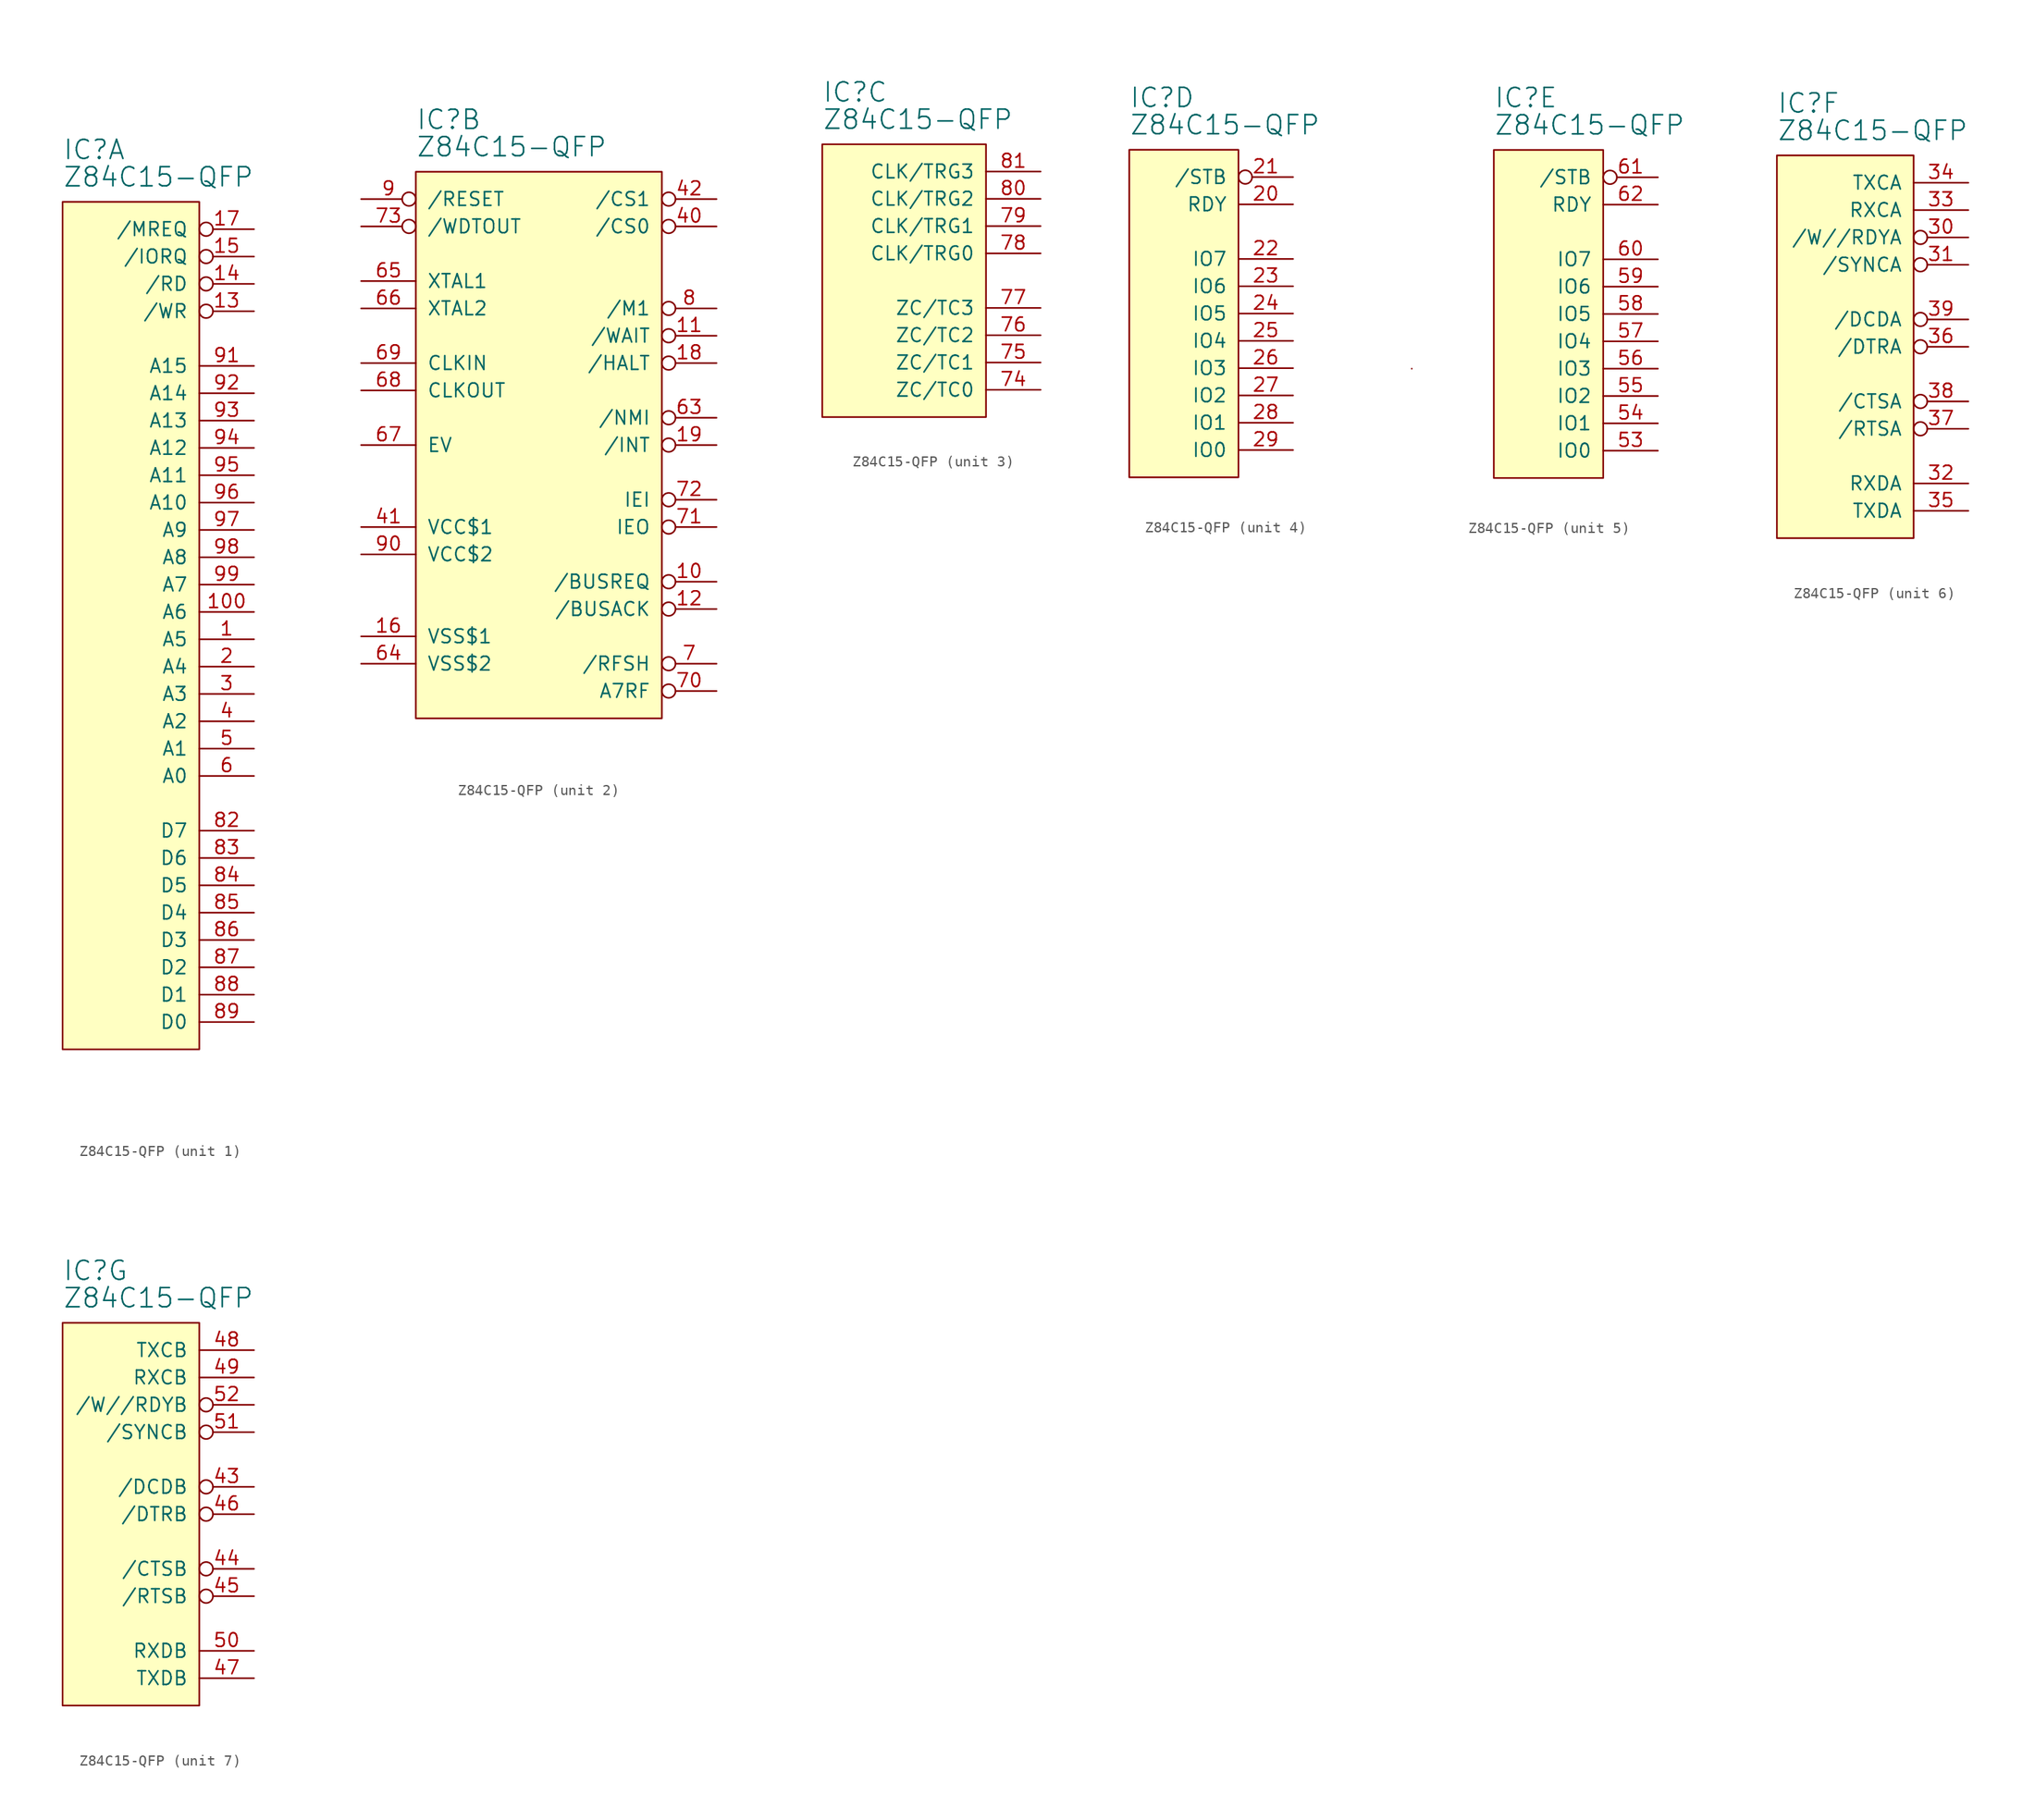
<source format=kicad_sym>
(kicad_symbol_lib
  (version 20211014)
  (generator kicad_symbol_editor)
  (symbol "Z84C15-QFP"
    (pin_names
      (offset 1.016))
    (property "Reference" "IC"
      (at 0 3.81 0)
      (effects (font (size 1.778 1.778)) (justify left bottom)))
    (property "Value" "Z84C15-QFP"
      (at 0 1.27 0)
      (effects (font (size 1.778 1.778)) (justify left bottom)))
    (property "ki_locked" ""
      (at 0 0 0)
      (effects (font (size 1.27 1.27))))
    (symbol "Z84C15-QFP_1_0"
      (rectangle (start 0 0) (end 12.7 -78.74) (stroke (width 0) (type default) (color 0 0 0 0)) (fill (type background)))
      (pin output line (at 17.78 -40.64 180) (length 5.08) (name "A5" (effects (font (size 1.27 1.27)))) (number "1" (effects (font (size 1.27 1.27)))))
      (pin output line (at 17.78 -38.1 180) (length 5.08) (name "A6" (effects (font (size 1.27 1.27)))) (number "100" (effects (font (size 1.27 1.27)))))
      (pin output inverted (at 17.78 -10.16 180) (length 5.08) (name "/WR" (effects (font (size 1.27 1.27)))) (number "13" (effects (font (size 1.27 1.27)))))
      (pin output inverted (at 17.78 -7.62 180) (length 5.08) (name "/RD" (effects (font (size 1.27 1.27)))) (number "14" (effects (font (size 1.27 1.27)))))
      (pin output inverted (at 17.78 -5.08 180) (length 5.08) (name "/IORQ" (effects (font (size 1.27 1.27)))) (number "15" (effects (font (size 1.27 1.27)))))
      (pin output inverted (at 17.78 -2.54 180) (length 5.08) (name "/MREQ" (effects (font (size 1.27 1.27)))) (number "17" (effects (font (size 1.27 1.27)))))
      (pin output line (at 17.78 -43.18 180) (length 5.08) (name "A4" (effects (font (size 1.27 1.27)))) (number "2" (effects (font (size 1.27 1.27)))))
      (pin output line (at 17.78 -45.72 180) (length 5.08) (name "A3" (effects (font (size 1.27 1.27)))) (number "3" (effects (font (size 1.27 1.27)))))
      (pin output line (at 17.78 -48.26 180) (length 5.08) (name "A2" (effects (font (size 1.27 1.27)))) (number "4" (effects (font (size 1.27 1.27)))))
      (pin output line (at 17.78 -50.8 180) (length 5.08) (name "A1" (effects (font (size 1.27 1.27)))) (number "5" (effects (font (size 1.27 1.27)))))
      (pin output line (at 17.78 -53.34 180) (length 5.08) (name "A0" (effects (font (size 1.27 1.27)))) (number "6" (effects (font (size 1.27 1.27)))))
      (pin bidirectional line (at 17.78 -58.42 180) (length 5.08) (name "D7" (effects (font (size 1.27 1.27)))) (number "82" (effects (font (size 1.27 1.27)))))
      (pin bidirectional line (at 17.78 -60.96 180) (length 5.08) (name "D6" (effects (font (size 1.27 1.27)))) (number "83" (effects (font (size 1.27 1.27)))))
      (pin bidirectional line (at 17.78 -63.5 180) (length 5.08) (name "D5" (effects (font (size 1.27 1.27)))) (number "84" (effects (font (size 1.27 1.27)))))
      (pin bidirectional line (at 17.78 -66.04 180) (length 5.08) (name "D4" (effects (font (size 1.27 1.27)))) (number "85" (effects (font (size 1.27 1.27)))))
      (pin bidirectional line (at 17.78 -68.58 180) (length 5.08) (name "D3" (effects (font (size 1.27 1.27)))) (number "86" (effects (font (size 1.27 1.27)))))
      (pin bidirectional line (at 17.78 -71.12 180) (length 5.08) (name "D2" (effects (font (size 1.27 1.27)))) (number "87" (effects (font (size 1.27 1.27)))))
      (pin bidirectional line (at 17.78 -73.66 180) (length 5.08) (name "D1" (effects (font (size 1.27 1.27)))) (number "88" (effects (font (size 1.27 1.27)))))
      (pin bidirectional line (at 17.78 -76.2 180) (length 5.08) (name "D0" (effects (font (size 1.27 1.27)))) (number "89" (effects (font (size 1.27 1.27)))))
      (pin output line (at 17.78 -15.24 180) (length 5.08) (name "A15" (effects (font (size 1.27 1.27)))) (number "91" (effects (font (size 1.27 1.27)))))
      (pin output line (at 17.78 -17.78 180) (length 5.08) (name "A14" (effects (font (size 1.27 1.27)))) (number "92" (effects (font (size 1.27 1.27)))))
      (pin output line (at 17.78 -20.32 180) (length 5.08) (name "A13" (effects (font (size 1.27 1.27)))) (number "93" (effects (font (size 1.27 1.27)))))
      (pin output line (at 17.78 -22.86 180) (length 5.08) (name "A12" (effects (font (size 1.27 1.27)))) (number "94" (effects (font (size 1.27 1.27)))))
      (pin output line (at 17.78 -25.4 180) (length 5.08) (name "A11" (effects (font (size 1.27 1.27)))) (number "95" (effects (font (size 1.27 1.27)))))
      (pin output line (at 17.78 -27.94 180) (length 5.08) (name "A10" (effects (font (size 1.27 1.27)))) (number "96" (effects (font (size 1.27 1.27)))))
      (pin output line (at 17.78 -30.48 180) (length 5.08) (name "A9" (effects (font (size 1.27 1.27)))) (number "97" (effects (font (size 1.27 1.27)))))
      (pin output line (at 17.78 -33.02 180) (length 5.08) (name "A8" (effects (font (size 1.27 1.27)))) (number "98" (effects (font (size 1.27 1.27)))))
      (pin output line (at 17.78 -35.56 180) (length 5.08) (name "A7" (effects (font (size 1.27 1.27)))) (number "99" (effects (font (size 1.27 1.27))))))
    (symbol "Z84C15-QFP_2_0"
      (rectangle (start 0 0) (end 22.86 -50.8) (stroke (width 0) (type default) (color 0 0 0 0)) (fill (type background)))
      (pin input inverted (at 27.94 -38.1 180) (length 5.08) (name "/BUSREQ" (effects (font (size 1.27 1.27)))) (number "10" (effects (font (size 1.27 1.27)))))
      (pin bidirectional inverted (at 27.94 -15.24 180) (length 5.08) (name "/WAIT" (effects (font (size 1.27 1.27)))) (number "11" (effects (font (size 1.27 1.27)))))
      (pin tri_state inverted (at 27.94 -40.64 180) (length 5.08) (name "/BUSACK" (effects (font (size 1.27 1.27)))) (number "12" (effects (font (size 1.27 1.27)))))
      (pin power_in line (at -5.08 -43.18 0) (length 5.08) (name "VSS$1" (effects (font (size 1.27 1.27)))) (number "16" (effects (font (size 1.27 1.27)))))
      (pin tri_state inverted (at 27.94 -17.78 180) (length 5.08) (name "/HALT" (effects (font (size 1.27 1.27)))) (number "18" (effects (font (size 1.27 1.27)))))
      (pin open_collector inverted (at 27.94 -25.4 180) (length 5.08) (name "/INT" (effects (font (size 1.27 1.27)))) (number "19" (effects (font (size 1.27 1.27)))))
      (pin output inverted (at 27.94 -5.08 180) (length 5.08) (name "/CS0" (effects (font (size 1.27 1.27)))) (number "40" (effects (font (size 1.27 1.27)))))
      (pin power_in line (at -5.08 -33.02 0) (length 5.08) (name "VCC$1" (effects (font (size 1.27 1.27)))) (number "41" (effects (font (size 1.27 1.27)))))
      (pin output inverted (at 27.94 -2.54 180) (length 5.08) (name "/CS1" (effects (font (size 1.27 1.27)))) (number "42" (effects (font (size 1.27 1.27)))))
      (pin input inverted (at 27.94 -22.86 180) (length 5.08) (name "/NMI" (effects (font (size 1.27 1.27)))) (number "63" (effects (font (size 1.27 1.27)))))
      (pin power_in line (at -5.08 -45.72 0) (length 5.08) (name "VSS$2" (effects (font (size 1.27 1.27)))) (number "64" (effects (font (size 1.27 1.27)))))
      (pin input line (at -5.08 -10.16 0) (length 5.08) (name "XTAL1" (effects (font (size 1.27 1.27)))) (number "65" (effects (font (size 1.27 1.27)))))
      (pin output line (at -5.08 -12.7 0) (length 5.08) (name "XTAL2" (effects (font (size 1.27 1.27)))) (number "66" (effects (font (size 1.27 1.27)))))
      (pin input line (at -5.08 -25.4 0) (length 5.08) (name "EV" (effects (font (size 1.27 1.27)))) (number "67" (effects (font (size 1.27 1.27)))))
      (pin output line (at -5.08 -20.32 0) (length 5.08) (name "CLKOUT" (effects (font (size 1.27 1.27)))) (number "68" (effects (font (size 1.27 1.27)))))
      (pin input line (at -5.08 -17.78 0) (length 5.08) (name "CLKIN" (effects (font (size 1.27 1.27)))) (number "69" (effects (font (size 1.27 1.27)))))
      (pin tri_state inverted (at 27.94 -45.72 180) (length 5.08) (name "/RFSH" (effects (font (size 1.27 1.27)))) (number "7" (effects (font (size 1.27 1.27)))))
      (pin output inverted (at 27.94 -48.26 180) (length 5.08) (name "A7RF" (effects (font (size 1.27 1.27)))) (number "70" (effects (font (size 1.27 1.27)))))
      (pin output inverted (at 27.94 -33.02 180) (length 5.08) (name "IEO" (effects (font (size 1.27 1.27)))) (number "71" (effects (font (size 1.27 1.27)))))
      (pin input inverted (at 27.94 -30.48 180) (length 5.08) (name "IEI" (effects (font (size 1.27 1.27)))) (number "72" (effects (font (size 1.27 1.27)))))
      (pin open_collector inverted (at -5.08 -5.08 0) (length 5.08) (name "/WDTOUT" (effects (font (size 1.27 1.27)))) (number "73" (effects (font (size 1.27 1.27)))))
      (pin tri_state inverted (at 27.94 -12.7 180) (length 5.08) (name "/M1" (effects (font (size 1.27 1.27)))) (number "8" (effects (font (size 1.27 1.27)))))
      (pin open_collector inverted (at -5.08 -2.54 0) (length 5.08) (name "/RESET" (effects (font (size 1.27 1.27)))) (number "9" (effects (font (size 1.27 1.27)))))
      (pin power_in line (at -5.08 -35.56 0) (length 5.08) (name "VCC$2" (effects (font (size 1.27 1.27)))) (number "90" (effects (font (size 1.27 1.27))))))
    (symbol "Z84C15-QFP_3_0"
      (rectangle (start 15.24 -25.4) (end 0 0) (stroke (width 0) (type default) (color 0 0 0 0)) (fill (type background)))
      (pin output line (at 20.32 -22.86 180) (length 5.08) (name "ZC/TC0" (effects (font (size 1.27 1.27)))) (number "74" (effects (font (size 1.27 1.27)))))
      (pin output line (at 20.32 -20.32 180) (length 5.08) (name "ZC/TC1" (effects (font (size 1.27 1.27)))) (number "75" (effects (font (size 1.27 1.27)))))
      (pin output line (at 20.32 -17.78 180) (length 5.08) (name "ZC/TC2" (effects (font (size 1.27 1.27)))) (number "76" (effects (font (size 1.27 1.27)))))
      (pin output line (at 20.32 -15.24 180) (length 5.08) (name "ZC/TC3" (effects (font (size 1.27 1.27)))) (number "77" (effects (font (size 1.27 1.27)))))
      (pin input line (at 20.32 -10.16 180) (length 5.08) (name "CLK/TRG0" (effects (font (size 1.27 1.27)))) (number "78" (effects (font (size 1.27 1.27)))))
      (pin input line (at 20.32 -7.62 180) (length 5.08) (name "CLK/TRG1" (effects (font (size 1.27 1.27)))) (number "79" (effects (font (size 1.27 1.27)))))
      (pin input line (at 20.32 -5.08 180) (length 5.08) (name "CLK/TRG2" (effects (font (size 1.27 1.27)))) (number "80" (effects (font (size 1.27 1.27)))))
      (pin input line (at 20.32 -2.54 180) (length 5.08) (name "CLK/TRG3" (effects (font (size 1.27 1.27)))) (number "81" (effects (font (size 1.27 1.27))))))
    (symbol "Z84C15-QFP_4_0"
      (rectangle (start 0 0) (end 10.16 -30.48) (stroke (width 0) (type default) (color 0 0 0 0)) (fill (type background)))
      (pin output line (at 15.24 -5.08 180) (length 5.08) (name "RDY" (effects (font (size 1.27 1.27)))) (number "20" (effects (font (size 1.27 1.27)))))
      (pin input inverted (at 15.24 -2.54 180) (length 5.08) (name "/STB" (effects (font (size 1.27 1.27)))) (number "21" (effects (font (size 1.27 1.27)))))
      (pin tri_state line (at 15.24 -10.16 180) (length 5.08) (name "IO7" (effects (font (size 1.27 1.27)))) (number "22" (effects (font (size 1.27 1.27)))))
      (pin tri_state line (at 15.24 -12.7 180) (length 5.08) (name "IO6" (effects (font (size 1.27 1.27)))) (number "23" (effects (font (size 1.27 1.27)))))
      (pin tri_state line (at 15.24 -15.24 180) (length 5.08) (name "IO5" (effects (font (size 1.27 1.27)))) (number "24" (effects (font (size 1.27 1.27)))))
      (pin tri_state line (at 15.24 -17.78 180) (length 5.08) (name "IO4" (effects (font (size 1.27 1.27)))) (number "25" (effects (font (size 1.27 1.27)))))
      (pin tri_state line (at 15.24 -20.32 180) (length 5.08) (name "IO3" (effects (font (size 1.27 1.27)))) (number "26" (effects (font (size 1.27 1.27)))))
      (pin tri_state line (at 15.24 -22.86 180) (length 5.08) (name "IO2" (effects (font (size 1.27 1.27)))) (number "27" (effects (font (size 1.27 1.27)))))
      (pin tri_state line (at 15.24 -25.4 180) (length 5.08) (name "IO1" (effects (font (size 1.27 1.27)))) (number "28" (effects (font (size 1.27 1.27)))))
      (pin tri_state line (at 15.24 -27.94 180) (length 5.08) (name "IO0" (effects (font (size 1.27 1.27)))) (number "29" (effects (font (size 1.27 1.27))))))
    (symbol "Z84C15-QFP_5_0"
      (rectangle (start -7.62 -20.32) (end -7.62 -20.32) (stroke (width 0) (type default) (color 0 0 0 0)) (fill (type none)))
      (rectangle (start 10.16 -30.48) (end 0 0) (stroke (width 0) (type default) (color 0 0 0 0)) (fill (type background)))
      (pin tri_state line (at 15.24 -27.94 180) (length 5.08) (name "IO0" (effects (font (size 1.27 1.27)))) (number "53" (effects (font (size 1.27 1.27)))))
      (pin tri_state line (at 15.24 -25.4 180) (length 5.08) (name "IO1" (effects (font (size 1.27 1.27)))) (number "54" (effects (font (size 1.27 1.27)))))
      (pin tri_state line (at 15.24 -22.86 180) (length 5.08) (name "IO2" (effects (font (size 1.27 1.27)))) (number "55" (effects (font (size 1.27 1.27)))))
      (pin tri_state line (at 15.24 -20.32 180) (length 5.08) (name "IO3" (effects (font (size 1.27 1.27)))) (number "56" (effects (font (size 1.27 1.27)))))
      (pin tri_state line (at 15.24 -17.78 180) (length 5.08) (name "IO4" (effects (font (size 1.27 1.27)))) (number "57" (effects (font (size 1.27 1.27)))))
      (pin tri_state line (at 15.24 -15.24 180) (length 5.08) (name "IO5" (effects (font (size 1.27 1.27)))) (number "58" (effects (font (size 1.27 1.27)))))
      (pin tri_state line (at 15.24 -12.7 180) (length 5.08) (name "IO6" (effects (font (size 1.27 1.27)))) (number "59" (effects (font (size 1.27 1.27)))))
      (pin tri_state line (at 15.24 -10.16 180) (length 5.08) (name "IO7" (effects (font (size 1.27 1.27)))) (number "60" (effects (font (size 1.27 1.27)))))
      (pin input inverted (at 15.24 -2.54 180) (length 5.08) (name "/STB" (effects (font (size 1.27 1.27)))) (number "61" (effects (font (size 1.27 1.27)))))
      (pin output line (at 15.24 -5.08 180) (length 5.08) (name "RDY" (effects (font (size 1.27 1.27)))) (number "62" (effects (font (size 1.27 1.27))))))
    (symbol "Z84C15-QFP_6_0"
      (pin output inverted (at 17.78 -7.62 180) (length 5.08) (name "/W//RDYA" (effects (font (size 1.27 1.27)))) (number "30" (effects (font (size 1.27 1.27)))))
      (pin bidirectional inverted (at 17.78 -10.16 180) (length 5.08) (name "/SYNCA" (effects (font (size 1.27 1.27)))) (number "31" (effects (font (size 1.27 1.27)))))
      (pin input line (at 17.78 -30.48 180) (length 5.08) (name "RXDA" (effects (font (size 1.27 1.27)))) (number "32" (effects (font (size 1.27 1.27)))))
      (pin input line (at 17.78 -5.08 180) (length 5.08) (name "RXCA" (effects (font (size 1.27 1.27)))) (number "33" (effects (font (size 1.27 1.27)))))
      (pin input line (at 17.78 -2.54 180) (length 5.08) (name "TXCA" (effects (font (size 1.27 1.27)))) (number "34" (effects (font (size 1.27 1.27)))))
      (pin output line (at 17.78 -33.02 180) (length 5.08) (name "TXDA" (effects (font (size 1.27 1.27)))) (number "35" (effects (font (size 1.27 1.27)))))
      (pin output inverted (at 17.78 -17.78 180) (length 5.08) (name "/DTRA" (effects (font (size 1.27 1.27)))) (number "36" (effects (font (size 1.27 1.27)))))
      (pin output inverted (at 17.78 -25.4 180) (length 5.08) (name "/RTSA" (effects (font (size 1.27 1.27)))) (number "37" (effects (font (size 1.27 1.27)))))
      (pin input inverted (at 17.78 -22.86 180) (length 5.08) (name "/CTSA" (effects (font (size 1.27 1.27)))) (number "38" (effects (font (size 1.27 1.27)))))
      (pin input inverted (at 17.78 -15.24 180) (length 5.08) (name "/DCDA" (effects (font (size 1.27 1.27)))) (number "39" (effects (font (size 1.27 1.27))))))
    (symbol "Z84C15-QFP_6_1"
      (rectangle (start 12.7 -35.56) (end 0 0) (stroke (width 0) (type default) (color 0 0 0 0)) (fill (type background))))
    (symbol "Z84C15-QFP_7_0"
      (pin input inverted (at 17.78 -15.24 180) (length 5.08) (name "/DCDB" (effects (font (size 1.27 1.27)))) (number "43" (effects (font (size 1.27 1.27)))))
      (pin input inverted (at 17.78 -22.86 180) (length 5.08) (name "/CTSB" (effects (font (size 1.27 1.27)))) (number "44" (effects (font (size 1.27 1.27)))))
      (pin output inverted (at 17.78 -25.4 180) (length 5.08) (name "/RTSB" (effects (font (size 1.27 1.27)))) (number "45" (effects (font (size 1.27 1.27)))))
      (pin output inverted (at 17.78 -17.78 180) (length 5.08) (name "/DTRB" (effects (font (size 1.27 1.27)))) (number "46" (effects (font (size 1.27 1.27)))))
      (pin output line (at 17.78 -33.02 180) (length 5.08) (name "TXDB" (effects (font (size 1.27 1.27)))) (number "47" (effects (font (size 1.27 1.27)))))
      (pin input line (at 17.78 -2.54 180) (length 5.08) (name "TXCB" (effects (font (size 1.27 1.27)))) (number "48" (effects (font (size 1.27 1.27)))))
      (pin input line (at 17.78 -5.08 180) (length 5.08) (name "RXCB" (effects (font (size 1.27 1.27)))) (number "49" (effects (font (size 1.27 1.27)))))
      (pin input line (at 17.78 -30.48 180) (length 5.08) (name "RXDB" (effects (font (size 1.27 1.27)))) (number "50" (effects (font (size 1.27 1.27)))))
      (pin bidirectional inverted (at 17.78 -10.16 180) (length 5.08) (name "/SYNCB" (effects (font (size 1.27 1.27)))) (number "51" (effects (font (size 1.27 1.27)))))
      (pin output inverted (at 17.78 -7.62 180) (length 5.08) (name "/W//RDYB" (effects (font (size 1.27 1.27)))) (number "52" (effects (font (size 1.27 1.27))))))
    (symbol "Z84C15-QFP_7_1"
      (rectangle (start 12.7 -35.56) (end 0 0) (stroke (width 0) (type default) (color 0 0 0 0)) (fill (type background))))))
</source>
